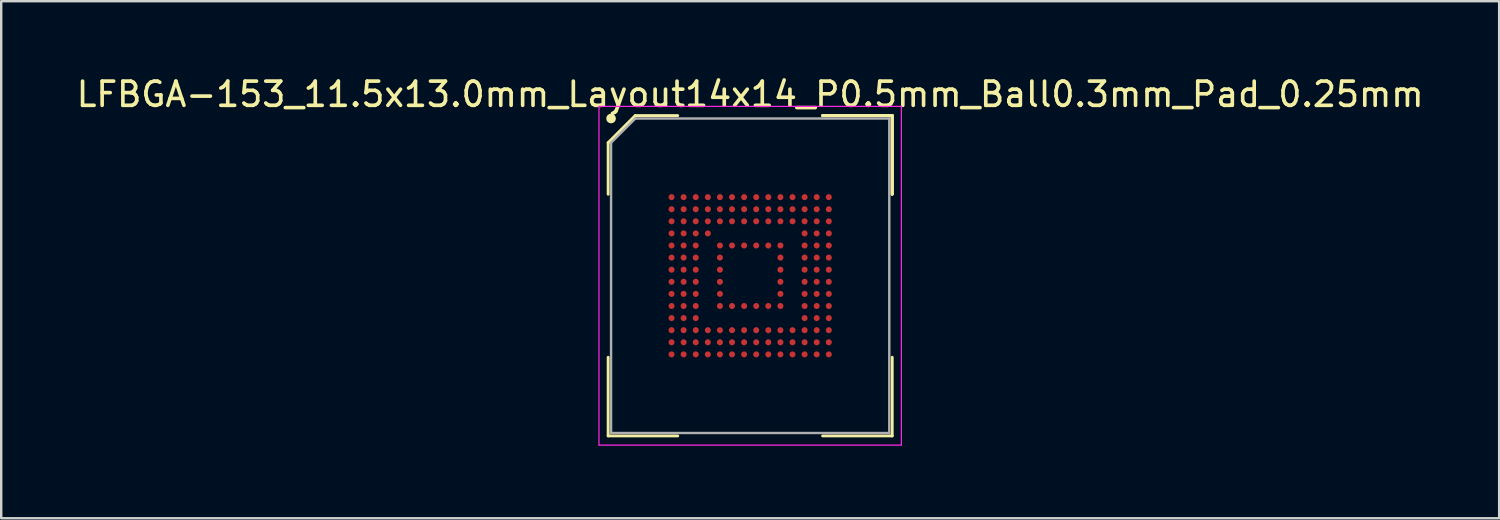
<source format=kicad_pcb>
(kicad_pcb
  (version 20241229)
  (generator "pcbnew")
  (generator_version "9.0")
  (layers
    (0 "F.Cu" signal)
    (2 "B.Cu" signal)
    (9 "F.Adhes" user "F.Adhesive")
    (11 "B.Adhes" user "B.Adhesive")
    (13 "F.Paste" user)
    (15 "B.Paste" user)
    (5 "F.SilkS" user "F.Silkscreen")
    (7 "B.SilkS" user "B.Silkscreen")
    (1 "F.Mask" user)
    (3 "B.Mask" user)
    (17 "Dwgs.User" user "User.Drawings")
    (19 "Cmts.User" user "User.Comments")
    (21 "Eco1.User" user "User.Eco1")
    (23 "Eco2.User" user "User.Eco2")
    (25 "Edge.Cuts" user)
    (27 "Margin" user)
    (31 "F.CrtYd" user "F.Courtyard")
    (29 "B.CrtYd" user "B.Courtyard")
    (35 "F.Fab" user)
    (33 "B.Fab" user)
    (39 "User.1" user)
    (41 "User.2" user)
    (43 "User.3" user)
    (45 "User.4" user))
  (footprint "LFBGA-153_11.5x13.0mm_Layout14x14_P0.5mm_Ball0.3mm_Pad_0.25mm"
    (layer "F.Cu")
    (at 27.958 8.348)
    (property "Reference" "LFBGA-153_11.5x13.0mm_Layout14x14_P0.5mm_Ball0.3mm_Pad_0.25mm" (at 0 -7.5 0) (layer "F.SilkS") (effects (font (size 1 1) (thickness 0.15))))
    (attr smd)
    (fp_line (start -5.87 -5.5) (end -5.87 -3.37) (stroke (width 0.12) (type solid)) (layer "F.SilkS"))
    (fp_line (start -5.87 6.62) (end -5.87 3.37) (stroke (width 0.12) (type solid)) (layer "F.SilkS"))
    (fp_line (start -4.75 -6.62) (end -5.87 -5.5) (stroke (width 0.12) (type solid)) (layer "F.SilkS"))
    (fp_line (start -2.995 -6.62) (end -4.75 -6.62) (stroke (width 0.12) (type solid)) (layer "F.SilkS"))
    (fp_line (start -2.995 6.62) (end -5.87 6.62) (stroke (width 0.12) (type solid)) (layer "F.SilkS"))
    (fp_line (start 2.995 -6.62) (end 5.87 -6.62) (stroke (width 0.12) (type solid)) (layer "F.SilkS"))
    (fp_line (start 2.995 -6.62) (end 5.87 -6.62) (stroke (width 0.12) (type solid)) (layer "F.SilkS"))
    (fp_line (start 2.995 -6.62) (end 5.87 -6.62) (stroke (width 0.12) (type solid)) (layer "F.SilkS"))
    (fp_line (start 2.995 6.62) (end 5.87 6.62) (stroke (width 0.12) (type solid)) (layer "F.SilkS"))
    (fp_line (start 5.87 -6.62) (end 5.87 -3.37) (stroke (width 0.12) (type solid)) (layer "F.SilkS"))
    (fp_line (start 5.87 -6.62) (end 5.87 -3.37) (stroke (width 0.12) (type solid)) (layer "F.SilkS"))
    (fp_line (start 5.87 -6.62) (end 5.87 -3.37) (stroke (width 0.12) (type solid)) (layer "F.SilkS"))
    (fp_line (start 5.87 6.62) (end 5.87 3.37) (stroke (width 0.12) (type solid)) (layer "F.SilkS"))
    (fp_circle (center -5.75 -6.5) (end -5.75 -6.4) (stroke (width 0.2) (type solid)) (fill no) (layer "F.SilkS"))
    (fp_line (start -6.25 -7) (end 6.25 -7) (stroke (width 0.05) (type solid)) (layer "F.CrtYd"))
    (fp_line (start -6.25 7) (end -6.25 -7) (stroke (width 0.05) (type solid)) (layer "F.CrtYd"))
    (fp_line (start 6.25 -7) (end 6.25 7) (stroke (width 0.05) (type solid)) (layer "F.CrtYd"))
    (fp_line (start 6.25 7) (end -6.25 7) (stroke (width 0.05) (type solid)) (layer "F.CrtYd"))
    (fp_line (start -5.75 -5.5) (end -5.75 6.5) (stroke (width 0.1) (type solid)) (layer "F.Fab"))
    (fp_line (start -5.75 6.5) (end 5.75 6.5) (stroke (width 0.1) (type solid)) (layer "F.Fab"))
    (fp_line (start -4.75 -6.5) (end -5.75 -5.5) (stroke (width 0.1) (type solid)) (layer "F.Fab"))
    (fp_line (start 5.75 -6.5) (end -4.75 -6.5) (stroke (width 0.1) (type solid)) (layer "F.Fab"))
    (fp_line (start 5.75 6.5) (end 5.75 -6.5) (stroke (width 0.1) (type solid)) (layer "F.Fab"))
    (pad "A1" smd circle (at -3.25 -3.25) (size 0.25 0.25) (layers "F.Cu" "F.Mask" "F.Paste"))
    (pad "A2" smd circle (at -2.75 -3.25) (size 0.25 0.25) (layers "F.Cu" "F.Mask" "F.Paste"))
    (pad "A3" smd circle (at -2.25 -3.25) (size 0.25 0.25) (layers "F.Cu" "F.Mask" "F.Paste"))
    (pad "A4" smd circle (at -1.75 -3.25) (size 0.25 0.25) (layers "F.Cu" "F.Mask" "F.Paste"))
    (pad "A5" smd circle (at -1.25 -3.25) (size 0.25 0.25) (layers "F.Cu" "F.Mask" "F.Paste"))
    (pad "A6" smd circle (at -0.75 -3.25) (size 0.25 0.25) (layers "F.Cu" "F.Mask" "F.Paste"))
    (pad "A7" smd circle (at -0.25 -3.25) (size 0.25 0.25) (layers "F.Cu" "F.Mask" "F.Paste"))
    (pad "A8" smd circle (at 0.25 -3.25) (size 0.25 0.25) (layers "F.Cu" "F.Mask" "F.Paste"))
    (pad "A9" smd circle (at 0.75 -3.25) (size 0.25 0.25) (layers "F.Cu" "F.Mask" "F.Paste"))
    (pad "A10" smd circle (at 1.25 -3.25) (size 0.25 0.25) (layers "F.Cu" "F.Mask" "F.Paste"))
    (pad "A11" smd circle (at 1.75 -3.25) (size 0.25 0.25) (layers "F.Cu" "F.Mask" "F.Paste"))
    (pad "A12" smd circle (at 2.25 -3.25) (size 0.25 0.25) (layers "F.Cu" "F.Mask" "F.Paste"))
    (pad "A13" smd circle (at 2.75 -3.25) (size 0.25 0.25) (layers "F.Cu" "F.Mask" "F.Paste"))
    (pad "A14" smd circle (at 3.25 -3.25) (size 0.25 0.25) (layers "F.Cu" "F.Mask" "F.Paste"))
    (pad "B1" smd circle (at -3.25 -2.75) (size 0.25 0.25) (layers "F.Cu" "F.Mask" "F.Paste"))
    (pad "B2" smd circle (at -2.75 -2.75) (size 0.25 0.25) (layers "F.Cu" "F.Mask" "F.Paste"))
    (pad "B3" smd circle (at -2.25 -2.75) (size 0.25 0.25) (layers "F.Cu" "F.Mask" "F.Paste"))
    (pad "B4" smd circle (at -1.75 -2.75) (size 0.25 0.25) (layers "F.Cu" "F.Mask" "F.Paste"))
    (pad "B5" smd circle (at -1.25 -2.75) (size 0.25 0.25) (layers "F.Cu" "F.Mask" "F.Paste"))
    (pad "B6" smd circle (at -0.75 -2.75) (size 0.25 0.25) (layers "F.Cu" "F.Mask" "F.Paste"))
    (pad "B7" smd circle (at -0.25 -2.75) (size 0.25 0.25) (layers "F.Cu" "F.Mask" "F.Paste"))
    (pad "B8" smd circle (at 0.25 -2.75) (size 0.25 0.25) (layers "F.Cu" "F.Mask" "F.Paste"))
    (pad "B9" smd circle (at 0.75 -2.75) (size 0.25 0.25) (layers "F.Cu" "F.Mask" "F.Paste"))
    (pad "B10" smd circle (at 1.25 -2.75) (size 0.25 0.25) (layers "F.Cu" "F.Mask" "F.Paste"))
    (pad "B11" smd circle (at 1.75 -2.75) (size 0.25 0.25) (layers "F.Cu" "F.Mask" "F.Paste"))
    (pad "B12" smd circle (at 2.25 -2.75) (size 0.25 0.25) (layers "F.Cu" "F.Mask" "F.Paste"))
    (pad "B13" smd circle (at 2.75 -2.75) (size 0.25 0.25) (layers "F.Cu" "F.Mask" "F.Paste"))
    (pad "B14" smd circle (at 3.25 -2.75) (size 0.25 0.25) (layers "F.Cu" "F.Mask" "F.Paste"))
    (pad "C1" smd circle (at -3.25 -2.25) (size 0.25 0.25) (layers "F.Cu" "F.Mask" "F.Paste"))
    (pad "C2" smd circle (at -2.75 -2.25) (size 0.25 0.25) (layers "F.Cu" "F.Mask" "F.Paste"))
    (pad "C3" smd circle (at -2.25 -2.25) (size 0.25 0.25) (layers "F.Cu" "F.Mask" "F.Paste"))
    (pad "C4" smd circle (at -1.75 -2.25) (size 0.25 0.25) (layers "F.Cu" "F.Mask" "F.Paste"))
    (pad "C5" smd circle (at -1.25 -2.25) (size 0.25 0.25) (layers "F.Cu" "F.Mask" "F.Paste"))
    (pad "C6" smd circle (at -0.75 -2.25) (size 0.25 0.25) (layers "F.Cu" "F.Mask" "F.Paste"))
    (pad "C7" smd circle (at -0.25 -2.25) (size 0.25 0.25) (layers "F.Cu" "F.Mask" "F.Paste"))
    (pad "C8" smd circle (at 0.25 -2.25) (size 0.25 0.25) (layers "F.Cu" "F.Mask" "F.Paste"))
    (pad "C9" smd circle (at 0.75 -2.25) (size 0.25 0.25) (layers "F.Cu" "F.Mask" "F.Paste"))
    (pad "C10" smd circle (at 1.25 -2.25) (size 0.25 0.25) (layers "F.Cu" "F.Mask" "F.Paste"))
    (pad "C11" smd circle (at 1.75 -2.25) (size 0.25 0.25) (layers "F.Cu" "F.Mask" "F.Paste"))
    (pad "C12" smd circle (at 2.25 -2.25) (size 0.25 0.25) (layers "F.Cu" "F.Mask" "F.Paste"))
    (pad "C13" smd circle (at 2.75 -2.25) (size 0.25 0.25) (layers "F.Cu" "F.Mask" "F.Paste"))
    (pad "C14" smd circle (at 3.25 -2.25) (size 0.25 0.25) (layers "F.Cu" "F.Mask" "F.Paste"))
    (pad "D1" smd circle (at -3.25 -1.75) (size 0.25 0.25) (layers "F.Cu" "F.Mask" "F.Paste"))
    (pad "D2" smd circle (at -2.75 -1.75) (size 0.25 0.25) (layers "F.Cu" "F.Mask" "F.Paste"))
    (pad "D3" smd circle (at -2.25 -1.75) (size 0.25 0.25) (layers "F.Cu" "F.Mask" "F.Paste"))
    (pad "D4" smd circle (at -1.75 -1.75) (size 0.25 0.25) (layers "F.Cu" "F.Mask" "F.Paste"))
    (pad "D12" smd circle (at 2.25 -1.75) (size 0.25 0.25) (layers "F.Cu" "F.Mask" "F.Paste"))
    (pad "D13" smd circle (at 2.75 -1.75) (size 0.25 0.25) (layers "F.Cu" "F.Mask" "F.Paste"))
    (pad "D14" smd circle (at 3.25 -1.75) (size 0.25 0.25) (layers "F.Cu" "F.Mask" "F.Paste"))
    (pad "E1" smd circle (at -3.25 -1.25) (size 0.25 0.25) (layers "F.Cu" "F.Mask" "F.Paste"))
    (pad "E2" smd circle (at -2.75 -1.25) (size 0.25 0.25) (layers "F.Cu" "F.Mask" "F.Paste"))
    (pad "E3" smd circle (at -2.25 -1.25) (size 0.25 0.25) (layers "F.Cu" "F.Mask" "F.Paste"))
    (pad "E5" smd circle (at -1.25 -1.25) (size 0.25 0.25) (layers "F.Cu" "F.Mask" "F.Paste"))
    (pad "E6" smd circle (at -0.75 -1.25) (size 0.25 0.25) (layers "F.Cu" "F.Mask" "F.Paste"))
    (pad "E7" smd circle (at -0.25 -1.25) (size 0.25 0.25) (layers "F.Cu" "F.Mask" "F.Paste"))
    (pad "E8" smd circle (at 0.25 -1.25) (size 0.25 0.25) (layers "F.Cu" "F.Mask" "F.Paste"))
    (pad "E9" smd circle (at 0.75 -1.25) (size 0.25 0.25) (layers "F.Cu" "F.Mask" "F.Paste"))
    (pad "E10" smd circle (at 1.25 -1.25) (size 0.25 0.25) (layers "F.Cu" "F.Mask" "F.Paste"))
    (pad "E12" smd circle (at 2.25 -1.25) (size 0.25 0.25) (layers "F.Cu" "F.Mask" "F.Paste"))
    (pad "E13" smd circle (at 2.75 -1.25) (size 0.25 0.25) (layers "F.Cu" "F.Mask" "F.Paste"))
    (pad "E14" smd circle (at 3.25 -1.25) (size 0.25 0.25) (layers "F.Cu" "F.Mask" "F.Paste"))
    (pad "F1" smd circle (at -3.25 -0.75) (size 0.25 0.25) (layers "F.Cu" "F.Mask" "F.Paste"))
    (pad "F2" smd circle (at -2.75 -0.75) (size 0.25 0.25) (layers "F.Cu" "F.Mask" "F.Paste"))
    (pad "F3" smd circle (at -2.25 -0.75) (size 0.25 0.25) (layers "F.Cu" "F.Mask" "F.Paste"))
    (pad "F5" smd circle (at -1.25 -0.75) (size 0.25 0.25) (layers "F.Cu" "F.Mask" "F.Paste"))
    (pad "F10" smd circle (at 1.25 -0.75) (size 0.25 0.25) (layers "F.Cu" "F.Mask" "F.Paste"))
    (pad "F12" smd circle (at 2.25 -0.75) (size 0.25 0.25) (layers "F.Cu" "F.Mask" "F.Paste"))
    (pad "F13" smd circle (at 2.75 -0.75) (size 0.25 0.25) (layers "F.Cu" "F.Mask" "F.Paste"))
    (pad "F14" smd circle (at 3.25 -0.75) (size 0.25 0.25) (layers "F.Cu" "F.Mask" "F.Paste"))
    (pad "G1" smd circle (at -3.25 -0.25) (size 0.25 0.25) (layers "F.Cu" "F.Mask" "F.Paste"))
    (pad "G2" smd circle (at -2.75 -0.25) (size 0.25 0.25) (layers "F.Cu" "F.Mask" "F.Paste"))
    (pad "G3" smd circle (at -2.25 -0.25) (size 0.25 0.25) (layers "F.Cu" "F.Mask" "F.Paste"))
    (pad "G5" smd circle (at -1.25 -0.25) (size 0.25 0.25) (layers "F.Cu" "F.Mask" "F.Paste"))
    (pad "G10" smd circle (at 1.25 -0.25) (size 0.25 0.25) (layers "F.Cu" "F.Mask" "F.Paste"))
    (pad "G12" smd circle (at 2.25 -0.25) (size 0.25 0.25) (layers "F.Cu" "F.Mask" "F.Paste"))
    (pad "G13" smd circle (at 2.75 -0.25) (size 0.25 0.25) (layers "F.Cu" "F.Mask" "F.Paste"))
    (pad "G14" smd circle (at 3.25 -0.25) (size 0.25 0.25) (layers "F.Cu" "F.Mask" "F.Paste"))
    (pad "H1" smd circle (at -3.25 0.25) (size 0.25 0.25) (layers "F.Cu" "F.Mask" "F.Paste"))
    (pad "H2" smd circle (at -2.75 0.25) (size 0.25 0.25) (layers "F.Cu" "F.Mask" "F.Paste"))
    (pad "H3" smd circle (at -2.25 0.25) (size 0.25 0.25) (layers "F.Cu" "F.Mask" "F.Paste"))
    (pad "H5" smd circle (at -1.25 0.25) (size 0.25 0.25) (layers "F.Cu" "F.Mask" "F.Paste"))
    (pad "H10" smd circle (at 1.25 0.25) (size 0.25 0.25) (layers "F.Cu" "F.Mask" "F.Paste"))
    (pad "H12" smd circle (at 2.25 0.25) (size 0.25 0.25) (layers "F.Cu" "F.Mask" "F.Paste"))
    (pad "H13" smd circle (at 2.75 0.25) (size 0.25 0.25) (layers "F.Cu" "F.Mask" "F.Paste"))
    (pad "H14" smd circle (at 3.25 0.25) (size 0.25 0.25) (layers "F.Cu" "F.Mask" "F.Paste"))
    (pad "J1" smd circle (at -3.25 0.75) (size 0.25 0.25) (layers "F.Cu" "F.Mask" "F.Paste"))
    (pad "J2" smd circle (at -2.75 0.75) (size 0.25 0.25) (layers "F.Cu" "F.Mask" "F.Paste"))
    (pad "J3" smd circle (at -2.25 0.75) (size 0.25 0.25) (layers "F.Cu" "F.Mask" "F.Paste"))
    (pad "J5" smd circle (at -1.25 0.75) (size 0.25 0.25) (layers "F.Cu" "F.Mask" "F.Paste"))
    (pad "J10" smd circle (at 1.25 0.75) (size 0.25 0.25) (layers "F.Cu" "F.Mask" "F.Paste"))
    (pad "J12" smd circle (at 2.25 0.75) (size 0.25 0.25) (layers "F.Cu" "F.Mask" "F.Paste"))
    (pad "J13" smd circle (at 2.75 0.75) (size 0.25 0.25) (layers "F.Cu" "F.Mask" "F.Paste"))
    (pad "J14" smd circle (at 3.25 0.75) (size 0.25 0.25) (layers "F.Cu" "F.Mask" "F.Paste"))
    (pad "K1" smd circle (at -3.25 1.25) (size 0.25 0.25) (layers "F.Cu" "F.Mask" "F.Paste"))
    (pad "K2" smd circle (at -2.75 1.25) (size 0.25 0.25) (layers "F.Cu" "F.Mask" "F.Paste"))
    (pad "K3" smd circle (at -2.25 1.25) (size 0.25 0.25) (layers "F.Cu" "F.Mask" "F.Paste"))
    (pad "K5" smd circle (at -1.25 1.25) (size 0.25 0.25) (layers "F.Cu" "F.Mask" "F.Paste"))
    (pad "K6" smd circle (at -0.75 1.25) (size 0.25 0.25) (layers "F.Cu" "F.Mask" "F.Paste"))
    (pad "K7" smd circle (at -0.25 1.25) (size 0.25 0.25) (layers "F.Cu" "F.Mask" "F.Paste"))
    (pad "K8" smd circle (at 0.25 1.25) (size 0.25 0.25) (layers "F.Cu" "F.Mask" "F.Paste"))
    (pad "K9" smd circle (at 0.75 1.25) (size 0.25 0.25) (layers "F.Cu" "F.Mask" "F.Paste"))
    (pad "K10" smd circle (at 1.25 1.25) (size 0.25 0.25) (layers "F.Cu" "F.Mask" "F.Paste"))
    (pad "K12" smd circle (at 2.25 1.25) (size 0.25 0.25) (layers "F.Cu" "F.Mask" "F.Paste"))
    (pad "K13" smd circle (at 2.75 1.25) (size 0.25 0.25) (layers "F.Cu" "F.Mask" "F.Paste"))
    (pad "K14" smd circle (at 3.25 1.25) (size 0.25 0.25) (layers "F.Cu" "F.Mask" "F.Paste"))
    (pad "L1" smd circle (at -3.25 1.75) (size 0.25 0.25) (layers "F.Cu" "F.Mask" "F.Paste"))
    (pad "L2" smd circle (at -2.75 1.75) (size 0.25 0.25) (layers "F.Cu" "F.Mask" "F.Paste"))
    (pad "L3" smd circle (at -2.25 1.75) (size 0.25 0.25) (layers "F.Cu" "F.Mask" "F.Paste"))
    (pad "L12" smd circle (at 2.25 1.75) (size 0.25 0.25) (layers "F.Cu" "F.Mask" "F.Paste"))
    (pad "L13" smd circle (at 2.75 1.75) (size 0.25 0.25) (layers "F.Cu" "F.Mask" "F.Paste"))
    (pad "L14" smd circle (at 3.25 1.75) (size 0.25 0.25) (layers "F.Cu" "F.Mask" "F.Paste"))
    (pad "M1" smd circle (at -3.25 2.25) (size 0.25 0.25) (layers "F.Cu" "F.Mask" "F.Paste"))
    (pad "M2" smd circle (at -2.75 2.25) (size 0.25 0.25) (layers "F.Cu" "F.Mask" "F.Paste"))
    (pad "M3" smd circle (at -2.25 2.25) (size 0.25 0.25) (layers "F.Cu" "F.Mask" "F.Paste"))
    (pad "M4" smd circle (at -1.75 2.25) (size 0.25 0.25) (layers "F.Cu" "F.Mask" "F.Paste"))
    (pad "M5" smd circle (at -1.25 2.25) (size 0.25 0.25) (layers "F.Cu" "F.Mask" "F.Paste"))
    (pad "M6" smd circle (at -0.75 2.25) (size 0.25 0.25) (layers "F.Cu" "F.Mask" "F.Paste"))
    (pad "M7" smd circle (at -0.25 2.25) (size 0.25 0.25) (layers "F.Cu" "F.Mask" "F.Paste"))
    (pad "M8" smd circle (at 0.25 2.25) (size 0.25 0.25) (layers "F.Cu" "F.Mask" "F.Paste"))
    (pad "M9" smd circle (at 0.75 2.25) (size 0.25 0.25) (layers "F.Cu" "F.Mask" "F.Paste"))
    (pad "M10" smd circle (at 1.25 2.25) (size 0.25 0.25) (layers "F.Cu" "F.Mask" "F.Paste"))
    (pad "M11" smd circle (at 1.75 2.25) (size 0.25 0.25) (layers "F.Cu" "F.Mask" "F.Paste"))
    (pad "M12" smd circle (at 2.25 2.25) (size 0.25 0.25) (layers "F.Cu" "F.Mask" "F.Paste"))
    (pad "M13" smd circle (at 2.75 2.25) (size 0.25 0.25) (layers "F.Cu" "F.Mask" "F.Paste"))
    (pad "M14" smd circle (at 3.25 2.25) (size 0.25 0.25) (layers "F.Cu" "F.Mask" "F.Paste"))
    (pad "N1" smd circle (at -3.25 2.75) (size 0.25 0.25) (layers "F.Cu" "F.Mask" "F.Paste"))
    (pad "N2" smd circle (at -2.75 2.75) (size 0.25 0.25) (layers "F.Cu" "F.Mask" "F.Paste"))
    (pad "N3" smd circle (at -2.25 2.75) (size 0.25 0.25) (layers "F.Cu" "F.Mask" "F.Paste"))
    (pad "N4" smd circle (at -1.75 2.75) (size 0.25 0.25) (layers "F.Cu" "F.Mask" "F.Paste"))
    (pad "N5" smd circle (at -1.25 2.75) (size 0.25 0.25) (layers "F.Cu" "F.Mask" "F.Paste"))
    (pad "N6" smd circle (at -0.75 2.75) (size 0.25 0.25) (layers "F.Cu" "F.Mask" "F.Paste"))
    (pad "N7" smd circle (at -0.25 2.75) (size 0.25 0.25) (layers "F.Cu" "F.Mask" "F.Paste"))
    (pad "N8" smd circle (at 0.25 2.75) (size 0.25 0.25) (layers "F.Cu" "F.Mask" "F.Paste"))
    (pad "N9" smd circle (at 0.75 2.75) (size 0.25 0.25) (layers "F.Cu" "F.Mask" "F.Paste"))
    (pad "N10" smd circle (at 1.25 2.75) (size 0.25 0.25) (layers "F.Cu" "F.Mask" "F.Paste"))
    (pad "N11" smd circle (at 1.75 2.75) (size 0.25 0.25) (layers "F.Cu" "F.Mask" "F.Paste"))
    (pad "N12" smd circle (at 2.25 2.75) (size 0.25 0.25) (layers "F.Cu" "F.Mask" "F.Paste"))
    (pad "N13" smd circle (at 2.75 2.75) (size 0.25 0.25) (layers "F.Cu" "F.Mask" "F.Paste"))
    (pad "N14" smd circle (at 3.25 2.75) (size 0.25 0.25) (layers "F.Cu" "F.Mask" "F.Paste"))
    (pad "P1" smd circle (at -3.25 3.25) (size 0.25 0.25) (layers "F.Cu" "F.Mask" "F.Paste"))
    (pad "P2" smd circle (at -2.75 3.25) (size 0.25 0.25) (layers "F.Cu" "F.Mask" "F.Paste"))
    (pad "P3" smd circle (at -2.25 3.25) (size 0.25 0.25) (layers "F.Cu" "F.Mask" "F.Paste"))
    (pad "P4" smd circle (at -1.75 3.25) (size 0.25 0.25) (layers "F.Cu" "F.Mask" "F.Paste"))
    (pad "P5" smd circle (at -1.25 3.25) (size 0.25 0.25) (layers "F.Cu" "F.Mask" "F.Paste"))
    (pad "P6" smd circle (at -0.75 3.25) (size 0.25 0.25) (layers "F.Cu" "F.Mask" "F.Paste"))
    (pad "P7" smd circle (at -0.25 3.25) (size 0.25 0.25) (layers "F.Cu" "F.Mask" "F.Paste"))
    (pad "P8" smd circle (at 0.25 3.25) (size 0.25 0.25) (layers "F.Cu" "F.Mask" "F.Paste"))
    (pad "P9" smd circle (at 0.75 3.25) (size 0.25 0.25) (layers "F.Cu" "F.Mask" "F.Paste"))
    (pad "P10" smd circle (at 1.25 3.25) (size 0.25 0.25) (layers "F.Cu" "F.Mask" "F.Paste"))
    (pad "P11" smd circle (at 1.75 3.25) (size 0.25 0.25) (layers "F.Cu" "F.Mask" "F.Paste"))
    (pad "P12" smd circle (at 2.25 3.25) (size 0.25 0.25) (layers "F.Cu" "F.Mask" "F.Paste"))
    (pad "P13" smd circle (at 2.75 3.25) (size 0.25 0.25) (layers "F.Cu" "F.Mask" "F.Paste"))
    (pad "P14" smd circle (at 3.25 3.25) (size 0.25 0.25) (layers "F.Cu" "F.Mask" "F.Paste")))
  (gr_rect
    (start -3 -3)
    (end 58.917 18.373)
    (stroke (width 0.1) (type default))
    (fill no)
    (layer "Edge.Cuts")))
</source>
